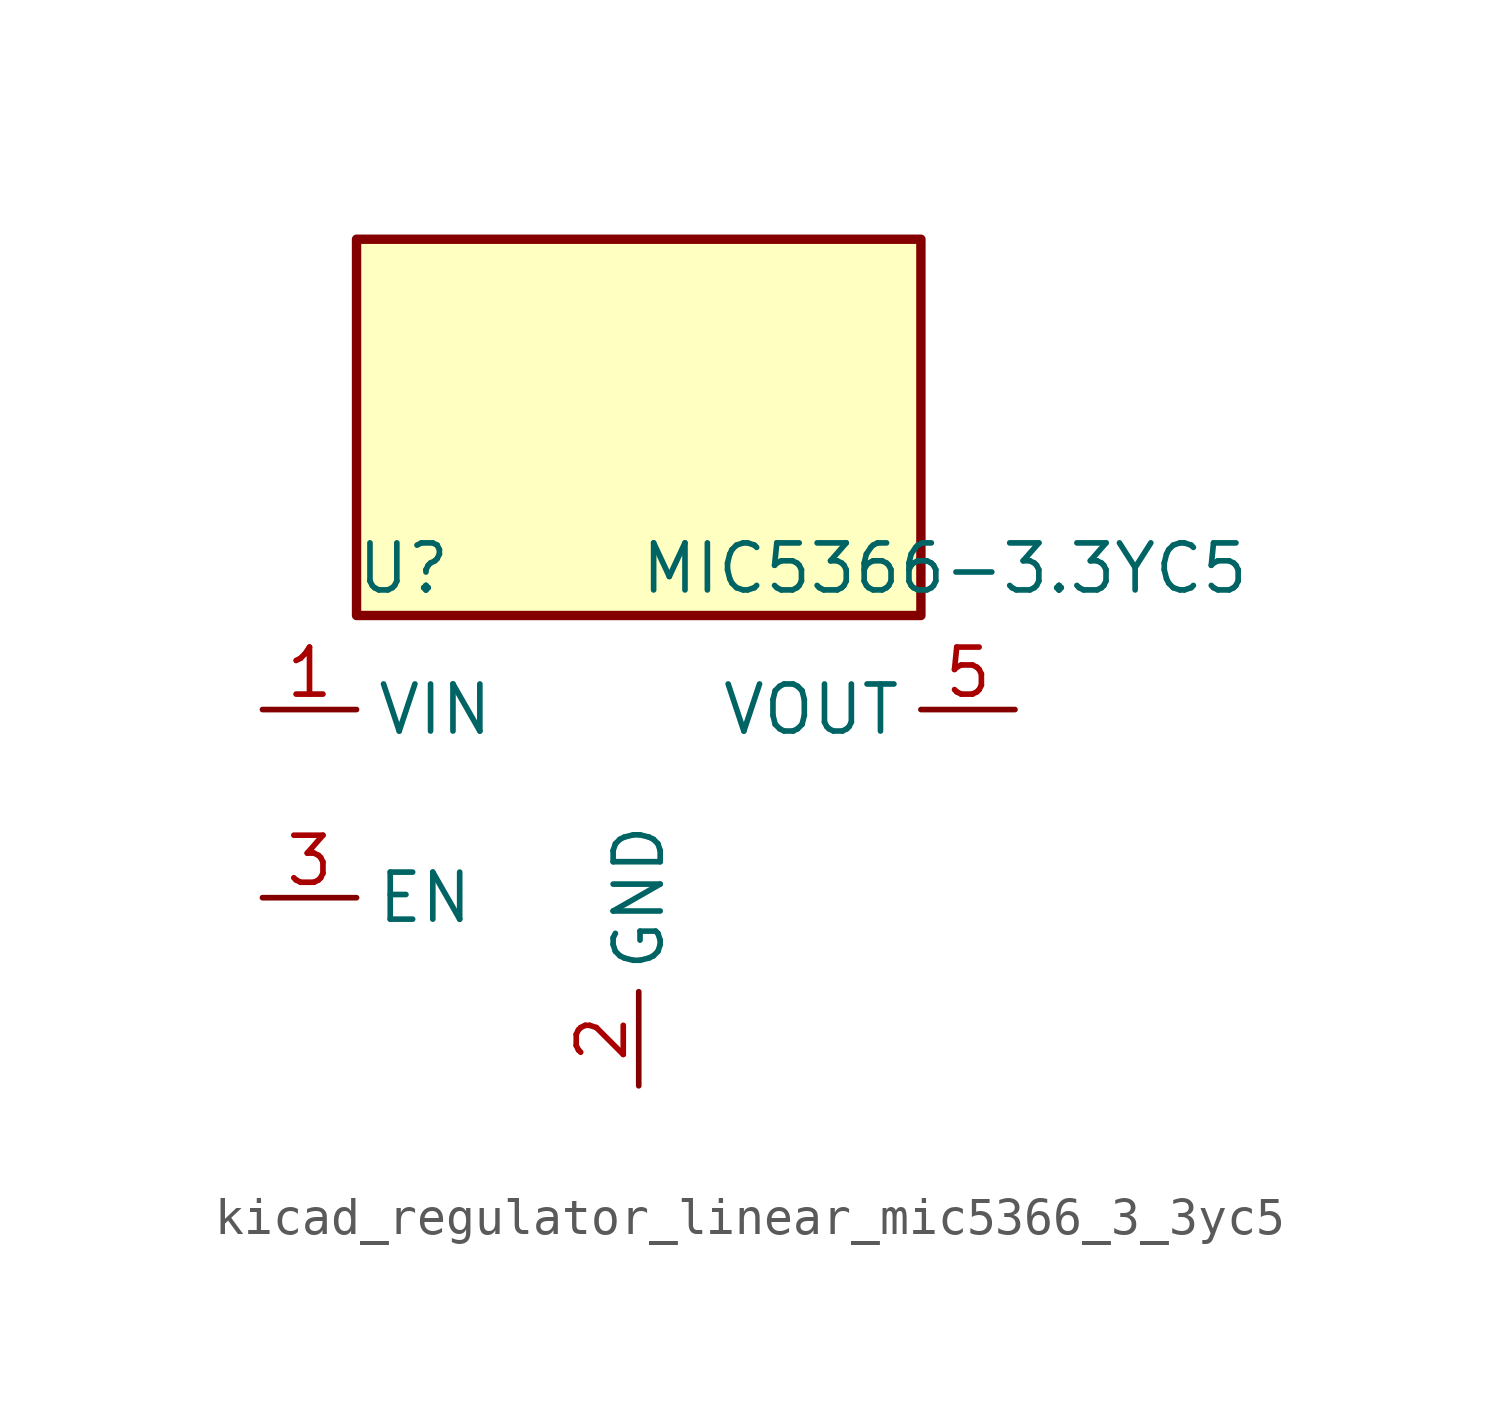
<source format=kicad_sym>
(kicad_symbol_lib
  (version 20220914)
  (generator kicad_symbol_editor)
  (symbol "kicad_regulator_linear_mic5366_3_3yc5"
    (property "Reference" "U"
      (at -6.35 6.35 0)
      (effects (font (size 1.27 1.27))))
    (property "Value" "MIC5366-3.3YC5"
      (at 0 6.35 0)
      (effects (font (size 1.27 1.27)) (justify left)))
    (symbol "kicad_regulator_linear_mic5366_3_3yc5_0_1"
      (rectangle (start 7.62 15.24) (end -7.62 5.08) (stroke (width 0.254) (type default)) (fill (type background))))
    (symbol "kicad_regulator_linear_mic5366_3_3yc5_1_1"
      (pin power_in line (at -10.16 2.54 0) (length 2.54) (name "VIN" (effects (font (size 1.27 1.27)))) (number "1" (effects (font (size 1.27 1.27)))))
      (pin power_in line (at 0 -7.62 90) (length 2.54) (name "GND" (effects (font (size 1.27 1.27)))) (number "2" (effects (font (size 1.27 1.27)))))
      (pin input line (at -10.16 -2.54 0) (length 2.54) (name "EN" (effects (font (size 1.27 1.27)))) (number "3" (effects (font (size 1.27 1.27)))))
      (pin no_connect line (at 7.62 -2.54 180) (length 2.54) hide (name "NC" (effects (font (size 1.27 1.27)))) (number "4" (effects (font (size 1.27 1.27)))))
      (pin power_out line (at 10.16 2.54 180) (length 2.54) (name "VOUT" (effects (font (size 1.27 1.27)))) (number "5" (effects (font (size 1.27 1.27))))))))
</source>
